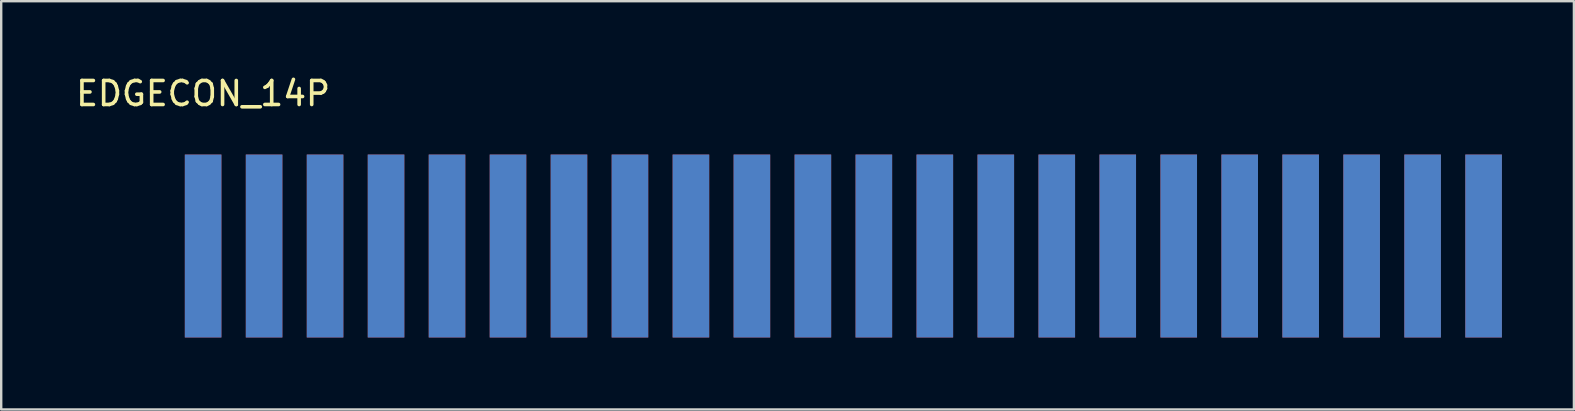
<source format=kicad_pcb>
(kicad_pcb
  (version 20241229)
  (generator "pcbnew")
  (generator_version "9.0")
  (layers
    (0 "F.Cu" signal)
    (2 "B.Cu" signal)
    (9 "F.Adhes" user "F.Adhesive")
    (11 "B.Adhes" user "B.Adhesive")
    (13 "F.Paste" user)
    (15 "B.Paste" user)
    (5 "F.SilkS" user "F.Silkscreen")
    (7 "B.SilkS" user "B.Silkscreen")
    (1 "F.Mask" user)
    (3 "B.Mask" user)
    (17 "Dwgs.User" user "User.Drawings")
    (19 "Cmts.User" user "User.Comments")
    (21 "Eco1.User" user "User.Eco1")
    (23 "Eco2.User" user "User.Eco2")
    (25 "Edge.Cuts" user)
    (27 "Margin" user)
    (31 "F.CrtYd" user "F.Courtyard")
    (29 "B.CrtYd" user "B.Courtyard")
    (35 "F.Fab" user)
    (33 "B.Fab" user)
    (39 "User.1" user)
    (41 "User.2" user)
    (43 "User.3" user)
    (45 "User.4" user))
  (footprint "EDGECON_14P"
    (layer "F.Cu")
    (at 32.081 7.198)
    (property "Reference" "EDGECON_14P" (at -26.67 -6.35 0) (layer "F.SilkS") (effects (font (size 1 1) (thickness 0.15))))
    (attr through_hole)
    (pad "1" connect rect (at -26.67 0) (size 1.524 7.62) (layers "*.Mask" "F.Cu"))
    (pad "2" connect rect (at -24.13 0) (size 1.524 7.62) (layers "*.Mask" "F.Cu"))
    (pad "3" connect rect (at -21.59 0) (size 1.524 7.62) (layers "*.Mask" "F.Cu"))
    (pad "4" connect rect (at -19.05 0) (size 1.524 7.62) (layers "*.Mask" "F.Cu"))
    (pad "5" connect rect (at -16.51 0) (size 1.524 7.62) (layers "*.Mask" "F.Cu"))
    (pad "6" connect rect (at -13.97 0) (size 1.524 7.62) (layers "*.Mask" "F.Cu"))
    (pad "7" connect rect (at -11.43 0) (size 1.524 7.62) (layers "*.Mask" "F.Cu"))
    (pad "8" connect rect (at -8.89 0) (size 1.524 7.62) (layers "*.Mask" "F.Cu"))
    (pad "9" connect rect (at -6.35 0) (size 1.524 7.62) (layers "*.Mask" "F.Cu"))
    (pad "10" connect rect (at -3.81 0) (size 1.524 7.62) (layers "*.Mask" "F.Cu"))
    (pad "11" connect rect (at -1.27 0) (size 1.524 7.62) (layers "*.Mask" "F.Cu"))
    (pad "12" connect rect (at 1.27 0) (size 1.524 7.62) (layers "*.Mask" "F.Cu"))
    (pad "13" connect rect (at 3.81 0) (size 1.524 7.62) (layers "*.Mask" "F.Cu"))
    (pad "14" connect rect (at 6.35 0) (size 1.524 7.62) (layers "*.Mask" "F.Cu"))
    (pad "15" connect rect (at 8.89 0) (size 1.524 7.62) (layers "*.Mask" "F.Cu"))
    (pad "16" connect rect (at 11.43 0) (size 1.524 7.62) (layers "*.Mask" "F.Cu"))
    (pad "17" connect rect (at 13.97 0) (size 1.524 7.62) (layers "*.Mask" "F.Cu"))
    (pad "18" connect rect (at 16.51 0) (size 1.524 7.62) (layers "*.Mask" "F.Cu"))
    (pad "19" connect rect (at 19.05 0) (size 1.524 7.62) (layers "*.Mask" "F.Cu"))
    (pad "20" connect rect (at 21.59 0) (size 1.524 7.62) (layers "*.Mask" "F.Cu"))
    (pad "21" connect rect (at 24.13 0) (size 1.524 7.62) (layers "*.Mask" "F.Cu"))
    (pad "22" connect rect (at 26.67 0) (size 1.524 7.62) (layers "*.Mask" "F.Cu"))
    (pad "23" connect rect (at -26.67 0) (size 1.524 7.62) (layers "*.Mask" "B.Cu"))
    (pad "24" connect rect (at -24.13 0) (size 1.524 7.62) (layers "*.Mask" "B.Cu"))
    (pad "25" connect rect (at -21.59 0) (size 1.524 7.62) (layers "*.Mask" "B.Cu"))
    (pad "26" connect rect (at -19.05 0) (size 1.524 7.62) (layers "*.Mask" "B.Cu"))
    (pad "27" connect rect (at -16.51 0) (size 1.524 7.62) (layers "*.Mask" "B.Cu"))
    (pad "28" connect rect (at -13.97 0) (size 1.524 7.62) (layers "*.Mask" "B.Cu"))
    (pad "29" connect rect (at -11.43 0) (size 1.524 7.62) (layers "*.Mask" "B.Cu"))
    (pad "30" connect rect (at -8.89 0) (size 1.524 7.62) (layers "*.Mask" "B.Cu"))
    (pad "31" connect rect (at -6.35 0) (size 1.524 7.62) (layers "*.Mask" "B.Cu"))
    (pad "32" connect rect (at -3.81 0) (size 1.524 7.62) (layers "*.Mask" "B.Cu"))
    (pad "33" connect rect (at -1.27 0) (size 1.524 7.62) (layers "*.Mask" "B.Cu"))
    (pad "34" connect rect (at 1.27 0) (size 1.524 7.62) (layers "*.Mask" "B.Cu"))
    (pad "35" connect rect (at 3.81 0) (size 1.524 7.62) (layers "*.Mask" "B.Cu"))
    (pad "36" connect rect (at 6.35 0) (size 1.524 7.62) (layers "*.Mask" "B.Cu"))
    (pad "37" connect rect (at 8.89 0) (size 1.524 7.62) (layers "*.Mask" "B.Cu"))
    (pad "38" connect rect (at 11.43 0) (size 1.524 7.62) (layers "*.Mask" "B.Cu"))
    (pad "39" connect rect (at 13.97 0) (size 1.524 7.62) (layers "*.Mask" "B.Cu"))
    (pad "40" connect rect (at 16.51 0) (size 1.524 7.62) (layers "*.Mask" "B.Cu"))
    (pad "41" connect rect (at 19.05 0) (size 1.524 7.62) (layers "*.Mask" "B.Cu"))
    (pad "42" connect rect (at 21.59 0) (size 1.524 7.62) (layers "*.Mask" "B.Cu"))
    (pad "43" connect rect (at 24.13 0) (size 1.524 7.62) (layers "*.Mask" "B.Cu"))
    (pad "44" connect rect (at 26.67 0) (size 1.524 7.62) (layers "*.Mask" "B.Cu")))
  (gr_rect
    (start -3 -3)
    (end 62.513 14.008)
    (stroke (width 0.1) (type default))
    (fill no)
    (layer "Edge.Cuts")))
</source>
